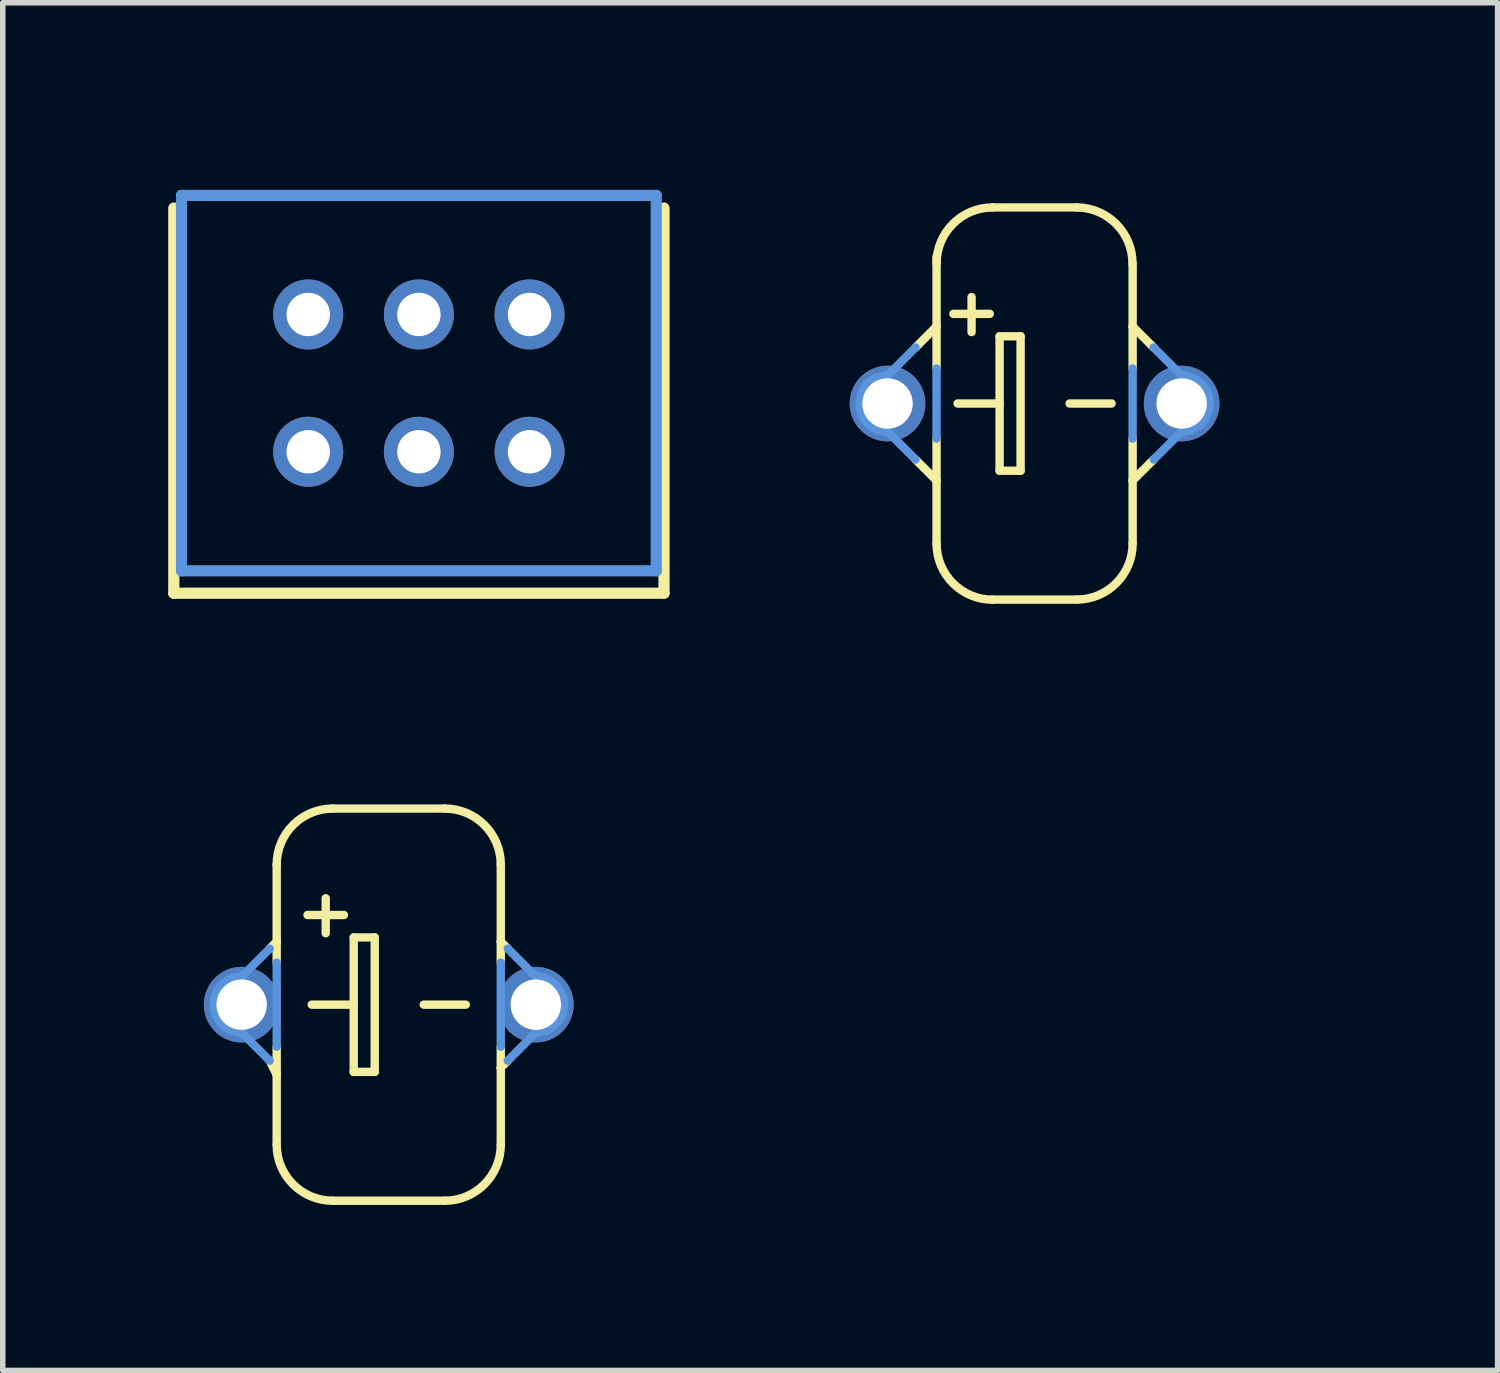
<source format=kicad_pcb>
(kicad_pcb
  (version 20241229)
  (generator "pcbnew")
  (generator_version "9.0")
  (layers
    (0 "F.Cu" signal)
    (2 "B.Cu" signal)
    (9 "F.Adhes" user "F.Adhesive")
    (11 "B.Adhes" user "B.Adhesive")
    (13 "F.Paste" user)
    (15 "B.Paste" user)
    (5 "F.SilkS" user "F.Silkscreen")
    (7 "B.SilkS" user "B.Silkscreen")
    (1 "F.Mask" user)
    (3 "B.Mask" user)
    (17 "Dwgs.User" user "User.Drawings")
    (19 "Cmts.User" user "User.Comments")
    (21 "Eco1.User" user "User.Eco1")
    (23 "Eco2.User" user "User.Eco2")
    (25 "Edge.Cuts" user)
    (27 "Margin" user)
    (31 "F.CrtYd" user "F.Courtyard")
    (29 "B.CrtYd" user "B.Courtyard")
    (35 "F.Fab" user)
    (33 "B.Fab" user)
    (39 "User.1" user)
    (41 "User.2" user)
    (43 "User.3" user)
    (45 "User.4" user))
  (footprint "OS"
    (layer "F.Cu")
    (at 4.547 3.898)
    (property "Reference" "OS" (at -2.997 -3.607 0) (layer "Eco1.User") (effects (font (size 0.406 0.406) (thickness 0.03))))
    (attr through_hole)
    (fp_line (start -4.445 -3.175) (end -4.445 3.81) (stroke (width 0.203) (type solid)) (layer "F.SilkS"))
    (fp_line (start -4.445 3.81) (end 4.445 3.81) (stroke (width 0.203) (type solid)) (layer "F.SilkS"))
    (fp_line (start 4.445 3.81) (end 4.445 -3.175) (stroke (width 0.203) (type solid)) (layer "F.SilkS"))
    (fp_line (start -4.305 -3.404) (end 4.305 -3.404) (stroke (width 0.203) (type solid)) (layer "Cmts.User"))
    (fp_line (start -4.305 3.404) (end -4.305 -3.404) (stroke (width 0.203) (type solid)) (layer "Cmts.User"))
    (fp_line (start 4.305 -3.404) (end 4.305 3.404) (stroke (width 0.203) (type solid)) (layer "Cmts.User"))
    (fp_line (start 4.305 3.404) (end -4.305 3.404) (stroke (width 0.203) (type solid)) (layer "Cmts.User"))
    (pad "1" thru_hole oval (at -2.007 -1.245) (size 1.27 1.27) (drill 0.787) (layers "*.Cu" "*.Mask"))
    (pad "2" thru_hole oval (at 0 -1.245) (size 1.27 1.27) (drill 0.787) (layers "*.Cu" "*.Mask"))
    (pad "3" thru_hole oval (at 2.007 -1.245) (size 1.27 1.27) (drill 0.787) (layers "*.Cu" "*.Mask"))
    (pad "4" thru_hole oval (at -2.007 1.245) (size 1.27 1.27) (drill 0.787) (layers "*.Cu" "*.Mask"))
    (pad "5" thru_hole oval (at 0 1.245) (size 1.27 1.27) (drill 0.787) (layers "*.Cu" "*.Mask"))
    (pad "6" thru_hole oval (at 2.007 1.245) (size 1.27 1.27) (drill 0.787) (layers "*.Cu" "*.Mask")))
  (footprint "P128-40"
    (layer "F.Cu")
    (at 4 15.17)
    (property "Reference" "P128-40" (at 0.508 -3.302 0) (layer "Eco1.User") (effects (font (size 1.27 1.27) (thickness 0.127))))
    (attr through_hole)
    (fp_line (start -2.159 -1.016) (end -2.032 -1.143) (stroke (width 0.152) (type solid)) (layer "F.SilkS"))
    (fp_line (start -2.032 -2.54) (end -2.032 -1.143) (stroke (width 0.152) (type solid)) (layer "F.SilkS"))
    (fp_line (start -2.032 -1.143) (end -2.032 -0.762) (stroke (width 0.152) (type solid)) (layer "F.SilkS"))
    (fp_line (start -2.032 0.762) (end -2.032 1.27) (stroke (width 0.152) (type solid)) (layer "F.SilkS"))
    (fp_line (start -2.032 1.27) (end -2.159 1.016) (stroke (width 0.152) (type solid)) (layer "F.SilkS"))
    (fp_line (start -2.032 1.27) (end -2.032 2.54) (stroke (width 0.152) (type solid)) (layer "F.SilkS"))
    (fp_line (start -1.397 0) (end -0.635 0) (stroke (width 0.152) (type solid)) (layer "F.SilkS"))
    (fp_line (start -1.143 -1.93) (end -1.143 -1.295) (stroke (width 0.152) (type solid)) (layer "F.SilkS"))
    (fp_line (start -1.016 3.556) (end 1.016 3.556) (stroke (width 0.152) (type solid)) (layer "F.SilkS"))
    (fp_line (start -0.813 -1.626) (end -1.473 -1.626) (stroke (width 0.152) (type solid)) (layer "F.SilkS"))
    (fp_line (start -0.635 -1.219) (end -0.635 0) (stroke (width 0.152) (type solid)) (layer "F.SilkS"))
    (fp_line (start -0.635 0) (end -0.635 1.219) (stroke (width 0.152) (type solid)) (layer "F.SilkS"))
    (fp_line (start -0.635 1.219) (end -0.254 1.219) (stroke (width 0.152) (type solid)) (layer "F.SilkS"))
    (fp_line (start -0.254 -1.219) (end -0.635 -1.219) (stroke (width 0.152) (type solid)) (layer "F.SilkS"))
    (fp_line (start -0.254 1.219) (end -0.254 -1.219) (stroke (width 0.152) (type solid)) (layer "F.SilkS"))
    (fp_line (start 0.635 0) (end 1.397 0) (stroke (width 0.152) (type solid)) (layer "F.SilkS"))
    (fp_line (start 1.016 -3.556) (end -1.016 -3.556) (stroke (width 0.152) (type solid)) (layer "F.SilkS"))
    (fp_line (start 2.032 -2.54) (end 2.032 -1.143) (stroke (width 0.152) (type solid)) (layer "F.SilkS"))
    (fp_line (start 2.032 -1.143) (end 2.032 -0.762) (stroke (width 0.152) (type solid)) (layer "F.SilkS"))
    (fp_line (start 2.032 0.762) (end 2.032 1.143) (stroke (width 0.152) (type solid)) (layer "F.SilkS"))
    (fp_line (start 2.032 1.143) (end 2.032 2.54) (stroke (width 0.152) (type solid)) (layer "F.SilkS"))
    (fp_line (start 2.032 1.143) (end 2.159 1.016) (stroke (width 0.152) (type solid)) (layer "F.SilkS"))
    (fp_line (start 2.159 -1.016) (end 2.032 -1.143) (stroke (width 0.152) (type solid)) (layer "F.SilkS"))
    (fp_arc (start -2.032 -2.54) (mid -1.73442 -3.25842) (end -1.016 -3.556) (stroke (width 0.1524) (type solid)) (layer "F.SilkS"))
    (fp_arc (start -1.016 3.556) (mid -1.73442 3.25842) (end -2.032 2.54) (stroke (width 0.1524) (type solid)) (layer "F.SilkS"))
    (fp_arc (start 1.016 -3.556) (mid 1.73442 -3.25842) (end 2.032 -2.54) (stroke (width 0.1524) (type solid)) (layer "F.SilkS"))
    (fp_arc (start 2.032 2.54) (mid 1.73442 3.25842) (end 1.016 3.556) (stroke (width 0.1524) (type solid)) (layer "F.SilkS"))
    (fp_line (start -2.667 -0.508) (end -2.159 -1.016) (stroke (width 0.152) (type solid)) (layer "Cmts.User"))
    (fp_line (start -2.159 1.016) (end -2.667 0.508) (stroke (width 0.152) (type solid)) (layer "Cmts.User"))
    (fp_line (start -2.032 -0.762) (end -2.032 0.762) (stroke (width 0.152) (type solid)) (layer "Cmts.User"))
    (fp_line (start 2.032 -0.762) (end 2.032 0.762) (stroke (width 0.152) (type solid)) (layer "Cmts.User"))
    (fp_line (start 2.159 1.016) (end 2.667 0.508) (stroke (width 0.152) (type solid)) (layer "Cmts.User"))
    (fp_line (start 2.667 -0.508) (end 2.159 -1.016) (stroke (width 0.152) (type solid)) (layer "Cmts.User"))
    (fp_arc (start -2.667 0.508) (mid -3.175 0) (end -2.667 -0.508) (stroke (width 0.1524) (type solid)) (layer "Cmts.User"))
    (fp_arc (start 2.667 -0.508) (mid 3.175 0) (end 2.667 0.508) (stroke (width 0.1524) (type solid)) (layer "Cmts.User"))
    (pad "+" thru_hole oval (at -2.667 0) (size 1.372 1.372) (drill 0.914) (layers "*.Cu" "*.Mask"))
    (pad "-" thru_hole oval (at 2.667 0) (size 1.372 1.372) (drill 0.914) (layers "*.Cu" "*.Mask")))
  (footprint "P128-35"
    (layer "F.Cu")
    (at 15.713 4.268)
    (property "Reference" "P128-35" (at 0.889 -3.302 0) (layer "Eco1.User") (effects (font (size 1.27 1.27) (thickness 0.127))))
    (attr through_hole)
    (fp_line (start -2.159 -1.016) (end -1.778 -1.397) (stroke (width 0.152) (type solid)) (layer "F.SilkS"))
    (fp_line (start -1.778 -2.667) (end -1.778 -1.397) (stroke (width 0.152) (type solid)) (layer "F.SilkS"))
    (fp_line (start -1.778 -1.397) (end -1.778 -0.635) (stroke (width 0.152) (type solid)) (layer "F.SilkS"))
    (fp_line (start -1.778 0.635) (end -1.778 1.397) (stroke (width 0.152) (type solid)) (layer "F.SilkS"))
    (fp_line (start -1.778 1.397) (end -2.159 1.016) (stroke (width 0.152) (type solid)) (layer "F.SilkS"))
    (fp_line (start -1.778 1.397) (end -1.778 2.54) (stroke (width 0.152) (type solid)) (layer "F.SilkS"))
    (fp_line (start -1.397 0) (end -0.635 0) (stroke (width 0.152) (type solid)) (layer "F.SilkS"))
    (fp_line (start -1.143 -1.93) (end -1.143 -1.295) (stroke (width 0.152) (type solid)) (layer "F.SilkS"))
    (fp_line (start -0.813 -1.626) (end -1.473 -1.626) (stroke (width 0.152) (type solid)) (layer "F.SilkS"))
    (fp_line (start -0.762 3.556) (end 0.762 3.556) (stroke (width 0.152) (type solid)) (layer "F.SilkS"))
    (fp_line (start -0.635 -1.219) (end -0.635 0) (stroke (width 0.152) (type solid)) (layer "F.SilkS"))
    (fp_line (start -0.635 0) (end -0.635 1.219) (stroke (width 0.152) (type solid)) (layer "F.SilkS"))
    (fp_line (start -0.635 1.219) (end -0.254 1.219) (stroke (width 0.152) (type solid)) (layer "F.SilkS"))
    (fp_line (start -0.254 -1.219) (end -0.635 -1.219) (stroke (width 0.152) (type solid)) (layer "F.SilkS"))
    (fp_line (start -0.254 1.219) (end -0.254 -1.219) (stroke (width 0.152) (type solid)) (layer "F.SilkS"))
    (fp_line (start 0.635 0) (end 1.397 0) (stroke (width 0.152) (type solid)) (layer "F.SilkS"))
    (fp_line (start 0.762 -3.556) (end -0.762 -3.556) (stroke (width 0.152) (type solid)) (layer "F.SilkS"))
    (fp_line (start 1.778 -2.54) (end 1.778 -1.397) (stroke (width 0.152) (type solid)) (layer "F.SilkS"))
    (fp_line (start 1.778 -1.397) (end 1.778 -0.635) (stroke (width 0.152) (type solid)) (layer "F.SilkS"))
    (fp_line (start 1.778 0.635) (end 1.778 1.397) (stroke (width 0.152) (type solid)) (layer "F.SilkS"))
    (fp_line (start 1.778 1.397) (end 1.778 2.54) (stroke (width 0.152) (type solid)) (layer "F.SilkS"))
    (fp_line (start 1.778 1.397) (end 2.159 1.016) (stroke (width 0.152) (type solid)) (layer "F.SilkS"))
    (fp_line (start 2.159 -1.016) (end 1.778 -1.397) (stroke (width 0.152) (type solid)) (layer "F.SilkS"))
    (fp_arc (start -1.778 -2.54) (mid -1.48042 -3.25842) (end -0.762 -3.556) (stroke (width 0.1524) (type solid)) (layer "F.SilkS"))
    (fp_arc (start -0.75946 3.55854) (mid -1.479677 3.260217) (end -1.778 2.54) (stroke (width 0.1524) (type solid)) (layer "F.SilkS"))
    (fp_arc (start 0.762 -3.556) (mid 1.479677 -3.256624) (end 1.77546 -2.53746) (stroke (width 0.1524) (type solid)) (layer "F.SilkS"))
    (fp_arc (start 1.778 2.54) (mid 1.48042 3.25842) (end 0.762 3.556) (stroke (width 0.1524) (type solid)) (layer "F.SilkS"))
    (fp_line (start -2.667 -0.508) (end -2.159 -1.016) (stroke (width 0.152) (type solid)) (layer "Cmts.User"))
    (fp_line (start -2.159 1.016) (end -2.667 0.508) (stroke (width 0.152) (type solid)) (layer "Cmts.User"))
    (fp_line (start -1.778 -0.635) (end -1.778 0.635) (stroke (width 0.152) (type solid)) (layer "Cmts.User"))
    (fp_line (start 1.778 -0.635) (end 1.778 0.635) (stroke (width 0.152) (type solid)) (layer "Cmts.User"))
    (fp_line (start 2.159 1.016) (end 2.667 0.508) (stroke (width 0.152) (type solid)) (layer "Cmts.User"))
    (fp_line (start 2.667 -0.508) (end 2.159 -1.016) (stroke (width 0.152) (type solid)) (layer "Cmts.User"))
    (fp_arc (start -2.667 0.508) (mid -3.175 0) (end -2.667 -0.508) (stroke (width 0.1524) (type solid)) (layer "Cmts.User"))
    (fp_arc (start 2.667 -0.508) (mid 3.175 0) (end 2.667 0.508) (stroke (width 0.1524) (type solid)) (layer "Cmts.User"))
    (pad "+" thru_hole oval (at -2.667 0) (size 1.372 1.372) (drill 0.914) (layers "*.Cu" "*.Mask"))
    (pad "-" thru_hole oval (at 2.667 0) (size 1.372 1.372) (drill 0.914) (layers "*.Cu" "*.Mask")))
  (gr_rect
    (start -3 -3)
    (end 24.11 21.803)
    (stroke (width 0.1) (type default))
    (fill no)
    (layer "Edge.Cuts")))
</source>
